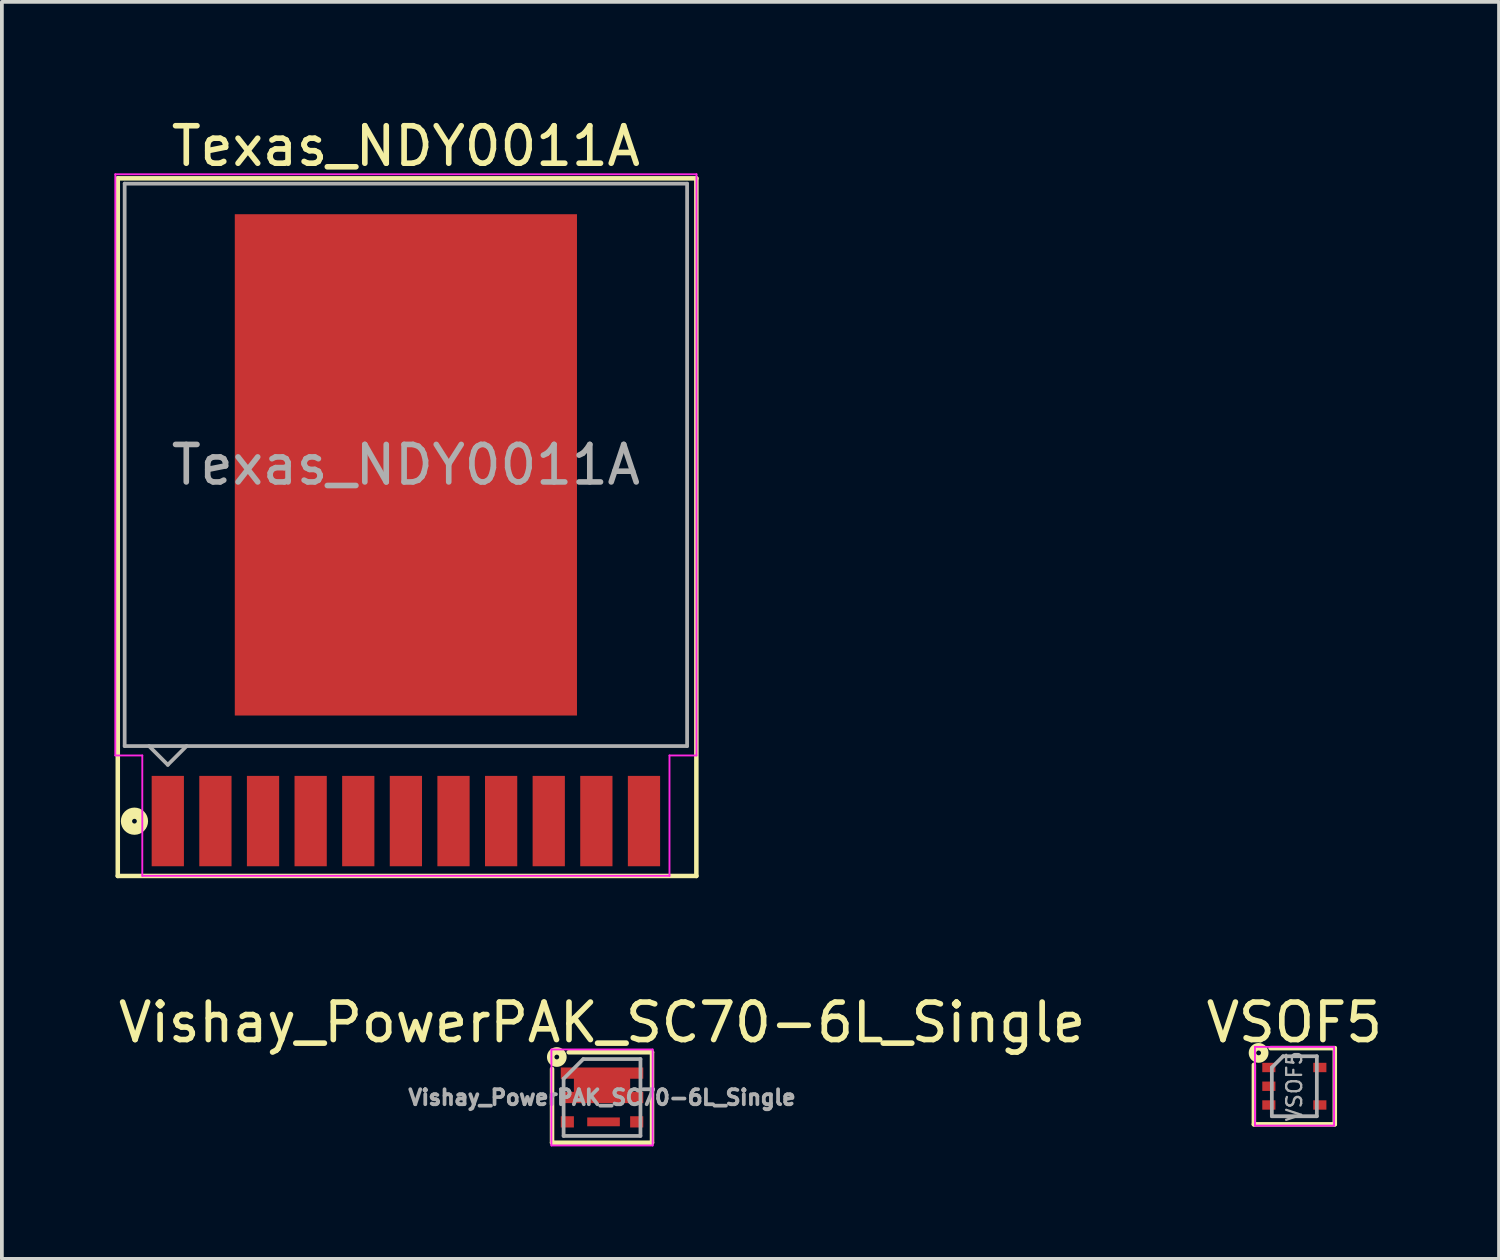
<source format=kicad_pcb>
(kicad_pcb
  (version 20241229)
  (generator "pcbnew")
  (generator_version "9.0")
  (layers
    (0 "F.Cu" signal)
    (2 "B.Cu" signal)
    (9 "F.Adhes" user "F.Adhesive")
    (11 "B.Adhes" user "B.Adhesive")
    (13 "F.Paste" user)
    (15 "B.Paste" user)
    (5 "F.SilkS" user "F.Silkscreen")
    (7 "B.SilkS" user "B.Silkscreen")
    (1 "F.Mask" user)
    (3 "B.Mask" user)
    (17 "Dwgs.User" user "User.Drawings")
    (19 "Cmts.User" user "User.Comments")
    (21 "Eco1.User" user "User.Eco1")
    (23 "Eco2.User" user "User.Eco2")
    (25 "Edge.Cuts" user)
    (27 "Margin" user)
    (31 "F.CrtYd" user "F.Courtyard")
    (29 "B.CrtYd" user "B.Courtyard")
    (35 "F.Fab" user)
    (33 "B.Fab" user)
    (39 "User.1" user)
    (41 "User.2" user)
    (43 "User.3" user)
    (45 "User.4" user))
  (footprint "Texas_NDY0011A"
    (layer "F.Cu")
    (at 7.775 11.358)
    (property "Reference" "Texas_NDY0011A" (at 0 -10.51 0) (layer "F.SilkS") (effects (font (size 1 1) (thickness 0.15))))
    (attr smd)
    (fp_line (start -7.684 -9.652) (end -7.684 8.954) (stroke (width 0.12) (type solid)) (layer "F.SilkS"))
    (fp_line (start -7.684 8.954) (end 7.747 8.954) (stroke (width 0.12) (type solid)) (layer "F.SilkS"))
    (fp_line (start 7.747 -9.652) (end -7.684 -9.652) (stroke (width 0.12) (type solid)) (layer "F.SilkS"))
    (fp_line (start 7.747 8.954) (end 7.747 -9.652) (stroke (width 0.12) (type solid)) (layer "F.SilkS"))
    (fp_circle (center -7.239 7.493) (end -7.176 7.493) (stroke (width 0.3) (type solid)) (fill no) (layer "F.SilkS"))
    (fp_line (start -7.75 -9.76) (end 7.75 -9.76) (stroke (width 0.05) (type solid)) (layer "F.CrtYd"))
    (fp_line (start -7.75 5.74) (end -7.75 -9.76) (stroke (width 0.05) (type solid)) (layer "F.CrtYd"))
    (fp_line (start -7.03 5.74) (end -7.75 5.74) (stroke (width 0.05) (type solid)) (layer "F.CrtYd"))
    (fp_line (start -7.03 8.95) (end -7.03 5.74) (stroke (width 0.05) (type solid)) (layer "F.CrtYd"))
    (fp_line (start 7.03 5.74) (end 7.03 8.95) (stroke (width 0.05) (type solid)) (layer "F.CrtYd"))
    (fp_line (start 7.03 8.95) (end -7.03 8.95) (stroke (width 0.05) (type solid)) (layer "F.CrtYd"))
    (fp_line (start 7.75 -9.76) (end 7.75 5.74) (stroke (width 0.05) (type solid)) (layer "F.CrtYd"))
    (fp_line (start 7.75 5.74) (end 7.03 5.74) (stroke (width 0.05) (type solid)) (layer "F.CrtYd"))
    (fp_line (start -7.5 -9.51) (end 7.5 -9.51) (stroke (width 0.1) (type solid)) (layer "F.Fab"))
    (fp_line (start -7.5 5.49) (end -7.5 -9.51) (stroke (width 0.1) (type solid)) (layer "F.Fab"))
    (fp_line (start -6.85 5.49) (end -6.35 5.99) (stroke (width 0.1) (type solid)) (layer "F.Fab"))
    (fp_line (start -6.35 5.99) (end -5.85 5.49) (stroke (width 0.1) (type solid)) (layer "F.Fab"))
    (fp_line (start 7.5 -9.51) (end 7.5 5.49) (stroke (width 0.1) (type solid)) (layer "F.Fab"))
    (fp_line (start 7.5 5.49) (end -7.5 5.49) (stroke (width 0.1) (type solid)) (layer "F.Fab"))
    (fp_text user "${REFERENCE}" (at 0 -2.01 0) (layer "F.Fab") (effects (font (size 1 1) (thickness 0.15))))
    (pad "1" smd rect (at -6.35 7.49) (size 0.86 2.41) (layers "F.Cu" "F.Mask" "F.Paste"))
    (pad "2" smd rect (at -5.08 7.49) (size 0.86 2.41) (layers "F.Cu" "F.Mask" "F.Paste"))
    (pad "3" smd rect (at -3.81 7.49) (size 0.86 2.41) (layers "F.Cu" "F.Mask" "F.Paste"))
    (pad "4" smd rect (at -2.54 7.49) (size 0.86 2.41) (layers "F.Cu" "F.Mask" "F.Paste"))
    (pad "5" smd rect (at -1.27 7.49) (size 0.86 2.41) (layers "F.Cu" "F.Mask" "F.Paste"))
    (pad "6" smd rect (at 0 7.49) (size 0.86 2.41) (layers "F.Cu" "F.Mask" "F.Paste"))
    (pad "7" smd rect (at 1.27 7.49) (size 0.86 2.41) (layers "F.Cu" "F.Mask" "F.Paste"))
    (pad "8" smd rect (at 2.54 7.49) (size 0.86 2.41) (layers "F.Cu" "F.Mask" "F.Paste"))
    (pad "9" smd rect (at 3.81 7.49) (size 0.86 2.41) (layers "F.Cu" "F.Mask" "F.Paste"))
    (pad "10" smd rect (at 5.08 7.49) (size 0.86 2.41) (layers "F.Cu" "F.Mask" "F.Paste"))
    (pad "11" smd rect (at 6.35 7.49) (size 0.86 2.41) (layers "F.Cu" "F.Mask" "F.Paste"))
    (pad "12" smd rect (at 0 -2.01) (size 9.126 13.37) (layers "F.Cu" "F.Mask" "F.Paste")))
  (footprint "Vishay_PowerPAK_SC70-6L_Single"
    (layer "F.Cu")
    (at 13.006 26.22)
    (property "Reference" "Vishay_PowerPAK_SC70-6L_Single" (at 0 -2 0) (layer "F.SilkS") (effects (font (size 1 1) (thickness 0.15))))
    (attr smd)
    (fp_line (start -1.333 -0.762) (end -1.333 1.206) (stroke (width 0.12) (type solid)) (layer "F.SilkS"))
    (fp_line (start -1.333 1.206) (end 1.333 1.206) (stroke (width 0.12) (type solid)) (layer "F.SilkS"))
    (fp_line (start 1.333 -1.206) (end -0.889 -1.206) (stroke (width 0.12) (type solid)) (layer "F.SilkS"))
    (fp_line (start 1.333 1.206) (end 1.333 -1.206) (stroke (width 0.12) (type solid)) (layer "F.SilkS"))
    (fp_circle (center -1.206 -1.079) (end -1.143 -1.079) (stroke (width 0.2) (type solid)) (fill no) (layer "F.SilkS"))
    (fp_line (start -1.35 -1.28) (end 1.35 -1.28) (stroke (width 0.05) (type solid)) (layer "F.CrtYd"))
    (fp_line (start -1.35 1.28) (end -1.35 -1.28) (stroke (width 0.05) (type solid)) (layer "F.CrtYd"))
    (fp_line (start 1.35 -1.28) (end 1.35 1.28) (stroke (width 0.05) (type solid)) (layer "F.CrtYd"))
    (fp_line (start 1.35 1.28) (end -1.35 1.28) (stroke (width 0.05) (type solid)) (layer "F.CrtYd"))
    (fp_line (start -1.025 -0.5) (end -0.5 -1.025) (stroke (width 0.1) (type solid)) (layer "F.Fab"))
    (fp_line (start -1.025 1.025) (end -1.025 -0.5) (stroke (width 0.1) (type solid)) (layer "F.Fab"))
    (fp_line (start -0.5 -1.025) (end 1.025 -1.025) (stroke (width 0.1) (type solid)) (layer "F.Fab"))
    (fp_line (start 1.025 -1.025) (end 1.025 1.025) (stroke (width 0.1) (type solid)) (layer "F.Fab"))
    (fp_line (start 1.025 1.025) (end -1.025 1.025) (stroke (width 0.1) (type solid)) (layer "F.Fab"))
    (fp_text user "${REFERENCE}" (at 0 0 0) (layer "F.Fab") (effects (font (size 0.4 0.4) (thickness 0.1))))
    (pad "" smd rect (at -0.35 -0.325) (size 0.6 0.8) (layers "F.Paste"))
    (pad "" smd rect (at 0.35 -0.325) (size 0.6 0.8) (layers "F.Paste"))
    (pad "1" smd custom (at 0 -0.325) (size 1.5 0.95) (layers "F.Cu" "F.Mask") (options (anchor rect)) (primitives (gr_poly (pts (xy 1.1 -0.175) (xy -1.1 -0.175) (xy -1.1 -0.475) (xy 1.1 -0.475)) (width 0) (fill yes)) (gr_poly (pts (xy 1.1 0.475) (xy -1.1 0.475) (xy -1.1 0.175) (xy 1.1 0.175)) (width 0) (fill yes))))
    (pad "3" smd rect (at -0.925 0.65) (size 0.35 0.3) (layers "F.Cu" "F.Mask" "F.Paste"))
    (pad "4" smd rect (at 0.04 0.65) (size 0.87 0.235) (layers "F.Cu" "F.Mask" "F.Paste"))
    (pad "4" smd rect (at 0.925 0.65) (size 0.35 0.3) (layers "F.Cu" "F.Mask" "F.Paste")))
  (footprint "VSOF5"
    (layer "F.Cu")
    (at 31.47 25.92)
    (property "Reference" "VSOF5" (at 0 -1.7 0) (layer "F.SilkS") (effects (font (size 1 1) (thickness 0.15))))
    (attr smd)
    (fp_line (start -1.079 -0.572) (end -1.079 1.016) (stroke (width 0.12) (type solid)) (layer "F.SilkS"))
    (fp_line (start -1.079 1.016) (end 1.079 1.016) (stroke (width 0.12) (type solid)) (layer "F.SilkS"))
    (fp_line (start 1.079 -1.016) (end -0.635 -1.016) (stroke (width 0.12) (type solid)) (layer "F.SilkS"))
    (fp_line (start 1.079 1.016) (end 1.079 -1.016) (stroke (width 0.12) (type solid)) (layer "F.SilkS"))
    (fp_circle (center -0.953 -0.889) (end -0.889 -0.889) (stroke (width 0.2) (type solid)) (fill no) (layer "F.SilkS"))
    (fp_line (start -1.05 -1.05) (end -1.05 1.05) (stroke (width 0.05) (type solid)) (layer "F.CrtYd"))
    (fp_line (start -1.05 -1.05) (end 1.06 -1.05) (stroke (width 0.05) (type solid)) (layer "F.CrtYd"))
    (fp_line (start 1.06 1.05) (end -1.05 1.05) (stroke (width 0.05) (type solid)) (layer "F.CrtYd"))
    (fp_line (start 1.06 1.05) (end 1.06 -1.05) (stroke (width 0.05) (type solid)) (layer "F.CrtYd"))
    (fp_line (start -0.6 -0.5) (end -0.3 -0.8) (stroke (width 0.1) (type solid)) (layer "F.Fab"))
    (fp_line (start -0.6 0.8) (end -0.6 -0.5) (stroke (width 0.1) (type solid)) (layer "F.Fab"))
    (fp_line (start -0.3 -0.8) (end 0.6 -0.8) (stroke (width 0.1) (type solid)) (layer "F.Fab"))
    (fp_line (start 0.6 -0.8) (end 0.6 0.8) (stroke (width 0.1) (type solid)) (layer "F.Fab"))
    (fp_line (start 0.6 0.8) (end -0.6 0.8) (stroke (width 0.1) (type solid)) (layer "F.Fab"))
    (fp_text user "${REFERENCE}" (at 0 0 90) (layer "F.Fab") (effects (font (size 0.4 0.4) (thickness 0.062))))
    (pad "1" smd rect (at -0.68 -0.5 270) (size 0.25 0.35) (layers "F.Cu" "F.Mask" "F.Paste"))
    (pad "2" smd rect (at -0.68 0 270) (size 0.25 0.35) (layers "F.Cu" "F.Mask" "F.Paste"))
    (pad "3" smd rect (at -0.68 0.5 270) (size 0.25 0.35) (layers "F.Cu" "F.Mask" "F.Paste"))
    (pad "4" smd rect (at 0.68 0.5 270) (size 0.25 0.35) (layers "F.Cu" "F.Mask" "F.Paste"))
    (pad "5" smd rect (at 0.68 -0.5 270) (size 0.25 0.35) (layers "F.Cu" "F.Mask" "F.Paste")))
  (gr_rect
    (start -3 -3)
    (end 36.929 30.525)
    (stroke (width 0.1) (type default))
    (fill no)
    (layer "Edge.Cuts")))
</source>
